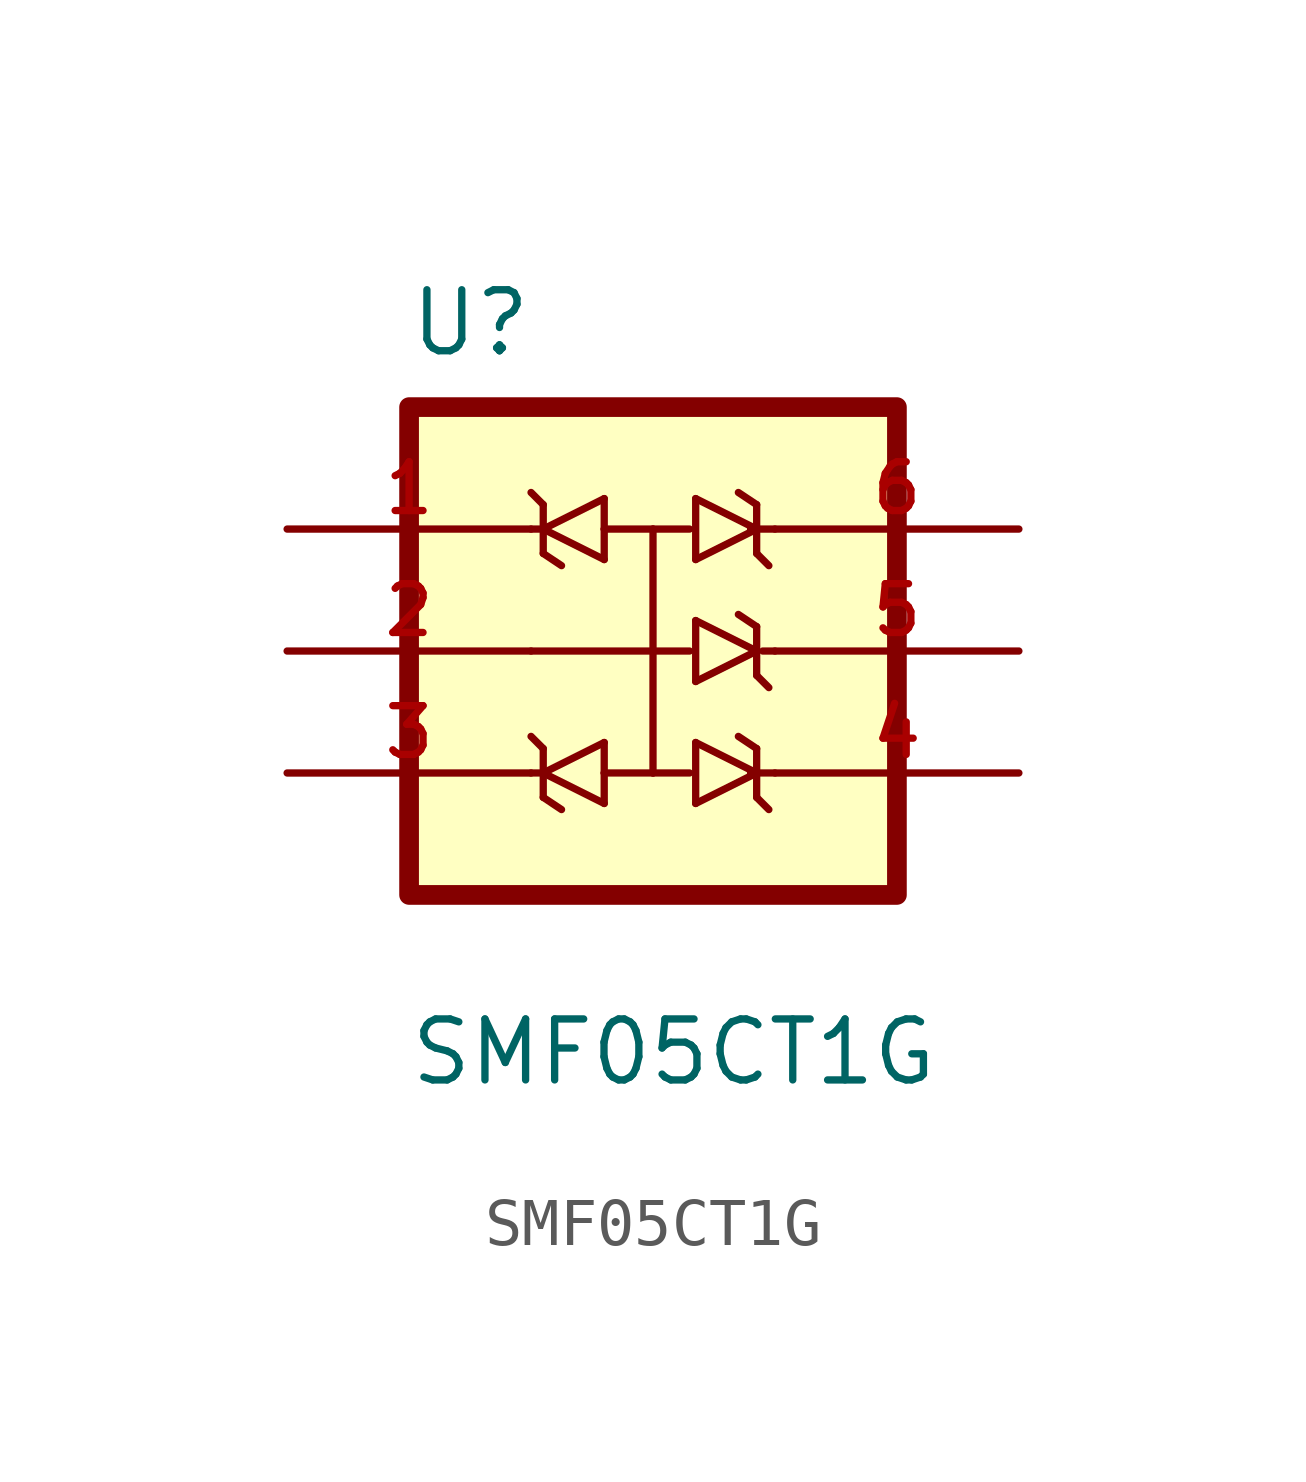
<source format=kicad_sym>
(kicad_symbol_lib
  (version 20211014)
  (generator kicad_symbol_editor)
  (symbol "SMF05CT1G"
    (pin_names
      (offset 1.016))
    (property "Reference" "U"
      (at -5.111 6.091 0.0)
      (effects (font (size 1.27 1.27)) (justify bottom left)))
    (property "Value" "SMF05CT1G"
      (at -5.112 -9.096 0.0)
      (effects (font (size 1.27 1.27)) (justify bottom left)))
    (symbol "SMF05CT1G_0_0"
      (polyline (pts (xy 0.889 3.175) (xy 0.889 1.905)) (stroke (width 0.152)))
      (polyline (pts (xy 0.889 1.905) (xy 2.159 2.54)) (stroke (width 0.152)))
      (polyline (pts (xy 2.159 2.54) (xy 0.889 3.175)) (stroke (width 0.152)))
      (polyline (pts (xy 2.413 1.778) (xy 2.159 2.032)) (stroke (width 0.152)))
      (polyline (pts (xy 2.159 2.032) (xy 2.159 3.048)) (stroke (width 0.152)))
      (polyline (pts (xy 2.159 3.048) (xy 1.778 3.302)) (stroke (width 0.152)))
      (polyline (pts (xy -1.016 1.905) (xy -1.016 2.54)) (stroke (width 0.152)))
      (polyline (pts (xy -1.016 2.54) (xy -1.016 3.175)) (stroke (width 0.152)))
      (polyline (pts (xy -1.016 3.175) (xy -2.286 2.54)) (stroke (width 0.152)))
      (polyline (pts (xy -2.286 2.54) (xy -1.016 1.905)) (stroke (width 0.152)))
      (polyline (pts (xy -2.54 3.302) (xy -2.286 3.048)) (stroke (width 0.152)))
      (polyline (pts (xy -2.286 3.048) (xy -2.286 2.54)) (stroke (width 0.152)))
      (polyline (pts (xy -2.286 2.54) (xy -2.286 2.032)) (stroke (width 0.152)))
      (polyline (pts (xy -2.286 2.032) (xy -1.905 1.778)) (stroke (width 0.152)))
      (polyline (pts (xy 0.889 0.635) (xy 0.889 -0.635)) (stroke (width 0.152)))
      (polyline (pts (xy 0.889 -0.635) (xy 2.159 0.0)) (stroke (width 0.152)))
      (polyline (pts (xy 2.159 0.0) (xy 0.889 0.635)) (stroke (width 0.152)))
      (polyline (pts (xy 2.413 -0.762) (xy 2.159 -0.508)) (stroke (width 0.152)))
      (polyline (pts (xy 2.159 -0.508) (xy 2.159 0.508)) (stroke (width 0.152)))
      (polyline (pts (xy 2.159 0.508) (xy 1.778 0.762)) (stroke (width 0.152)))
      (polyline (pts (xy 0.889 -1.905) (xy 0.889 -3.175)) (stroke (width 0.152)))
      (polyline (pts (xy 0.889 -3.175) (xy 2.159 -2.54)) (stroke (width 0.152)))
      (polyline (pts (xy 2.159 -2.54) (xy 0.889 -1.905)) (stroke (width 0.152)))
      (polyline (pts (xy 2.413 -3.302) (xy 2.159 -3.048)) (stroke (width 0.152)))
      (polyline (pts (xy 2.159 -3.048) (xy 2.159 -2.032)) (stroke (width 0.152)))
      (polyline (pts (xy 2.159 -2.032) (xy 1.778 -1.778)) (stroke (width 0.152)))
      (polyline (pts (xy -1.016 -3.175) (xy -1.016 -2.54)) (stroke (width 0.152)))
      (polyline (pts (xy -1.016 -2.54) (xy -1.016 -1.905)) (stroke (width 0.152)))
      (polyline (pts (xy -1.016 -1.905) (xy -2.286 -2.54)) (stroke (width 0.152)))
      (polyline (pts (xy -2.286 -2.54) (xy -1.016 -3.175)) (stroke (width 0.152)))
      (polyline (pts (xy -2.54 -1.778) (xy -2.286 -2.032)) (stroke (width 0.152)))
      (polyline (pts (xy -2.286 -2.032) (xy -2.286 -2.54)) (stroke (width 0.152)))
      (polyline (pts (xy -2.286 -2.54) (xy -2.286 -3.048)) (stroke (width 0.152)))
      (polyline (pts (xy -2.286 -3.048) (xy -1.905 -3.302)) (stroke (width 0.152)))
      (polyline (pts (xy -1.016 2.54) (xy 0.0 2.54)) (stroke (width 0.152)))
      (polyline (pts (xy 0.0 2.54) (xy 0.762 2.54)) (stroke (width 0.152)))
      (polyline (pts (xy 0.762 0.0) (xy 0.0 0.0)) (stroke (width 0.152)))
      (polyline (pts (xy 0.0 2.54) (xy 0.0 0.0)) (stroke (width 0.152)))
      (polyline (pts (xy 0.0 0.0) (xy 0.0 -2.54)) (stroke (width 0.152)))
      (polyline (pts (xy 0.0 -2.54) (xy 0.762 -2.54)) (stroke (width 0.152)))
      (polyline (pts (xy -1.016 -2.54) (xy 0.0 -2.54)) (stroke (width 0.152)))
      (polyline (pts (xy 0.0 0.0) (xy -2.54 0.0)) (stroke (width 0.152)))
      (polyline (pts (xy -2.286 2.54) (xy -2.54 2.54)) (stroke (width 0.152)))
      (polyline (pts (xy -2.286 -2.54) (xy -2.54 -2.54)) (stroke (width 0.152)))
      (polyline (pts (xy 2.032 -2.54) (xy 2.54 -2.54)) (stroke (width 0.152)))
      (polyline (pts (xy 2.286 0.0) (xy 2.54 0.0)) (stroke (width 0.152)))
      (polyline (pts (xy 2.032 2.54) (xy 2.54 2.54)) (stroke (width 0.152)))
      (rectangle (start -5.08 -5.08) (end 5.08 5.08) (stroke (width 0.41)) (fill (type background)))
      (pin passive line (at -7.62 0.0 0) (length 5.08) (name "~" (effects (font (size 1.016 1.016)))) (number "2" (effects (font (size 1.016 1.016)))))
      (pin passive line (at -7.62 2.54 0) (length 5.08) (name "~" (effects (font (size 1.016 1.016)))) (number "1" (effects (font (size 1.016 1.016)))))
      (pin passive line (at -7.62 -2.54 0) (length 5.08) (name "~" (effects (font (size 1.016 1.016)))) (number "3" (effects (font (size 1.016 1.016)))))
      (pin passive line (at 7.62 2.54 180.0) (length 5.08) (name "~" (effects (font (size 1.016 1.016)))) (number "6" (effects (font (size 1.016 1.016)))))
      (pin passive line (at 7.62 0.0 180.0) (length 5.08) (name "~" (effects (font (size 1.016 1.016)))) (number "5" (effects (font (size 1.016 1.016)))))
      (pin passive line (at 7.62 -2.54 180.0) (length 5.08) (name "~" (effects (font (size 1.016 1.016)))) (number "4" (effects (font (size 1.016 1.016))))))))
</source>
